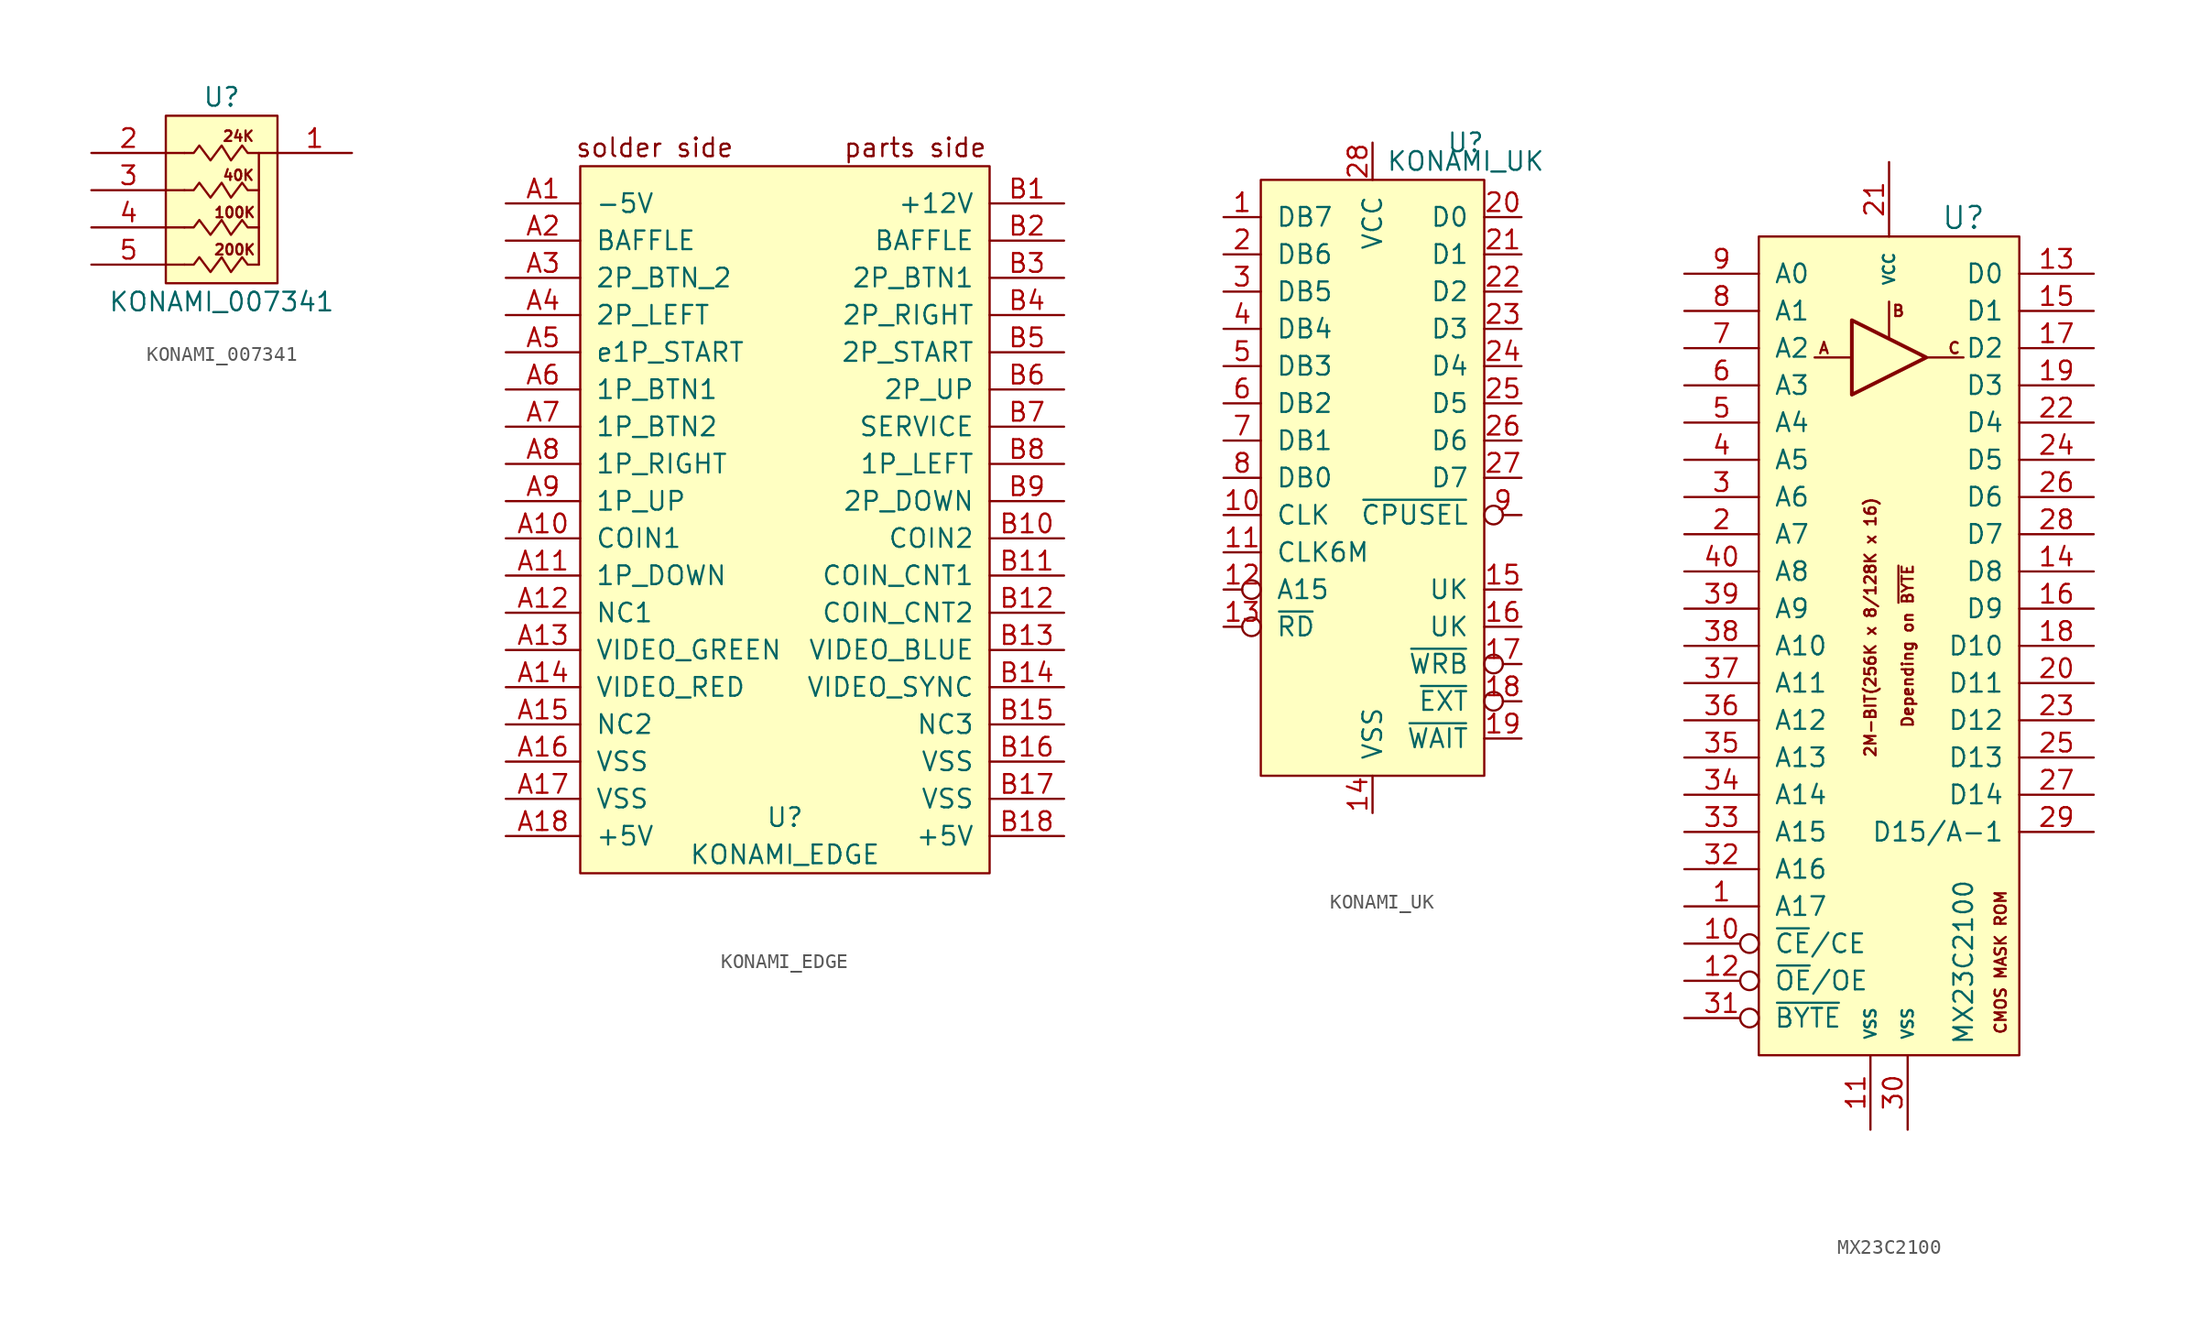
<source format=kicad_sym>
(kicad_symbol_lib
  (version 20211014)
  (generator kicad_symbol_editor)
  (symbol "KONAMI_007341"
    (pin_names
      (offset 1.016))
    (property "Reference" "U"
      (at 0 7.62 0)
      (effects (font (size 1.27 1.27))))
    (property "Value" "KONAMI_007341"
      (at 0 -6.35 0)
      (effects (font (size 1.27 1.27))))
    (symbol "KONAMI_007341_0_0"
      (rectangle (start -3.81 6.35) (end 3.81 -5.08) (stroke (width 0) (type default) (color 0 0 0 0)) (fill (type background)))
      (polyline (pts (xy 2.54 -3.81) (xy 2.54 3.81) (xy 3.81 3.81)) (stroke (width 0) (type default) (color 0 0 0 0)) (fill (type none)))
      (polyline (pts (xy -2.54 3.81) (xy -1.905 3.81) (xy -1.524 4.318) (xy -1.143 3.81) (xy -0.762 3.302) (xy -0.381 3.81) (xy 0 4.318) (xy 0.635 3.302) (xy 1.397 4.318) (xy 1.778 3.81) (xy 2.54 3.81)) (stroke (width 0) (type default) (color 0 0 0 0)) (fill (type none)))
      (text "100K" (at 0.889 -0.254 0) (effects (font (size 0.711 0.711))))
      (text "200K" (at 0.889 -2.794 0) (effects (font (size 0.711 0.711))))
      (text "24K" (at 1.143 4.953 0) (effects (font (size 0.711 0.711))))
      (text "40K" (at 1.143 2.286 0) (effects (font (size 0.711 0.711))))
      (pin passive line (at 8.89 3.81 180) (length 5.08) (name "" (effects (font (size 1.27 1.27)))) (number "1" (effects (font (size 1.27 1.27)))))
      (pin passive line (at -8.89 3.81 0) (length 5.08) (name "" (effects (font (size 1.27 1.27)))) (number "2" (effects (font (size 1.27 1.27)))))
      (pin passive line (at -8.89 1.27 0) (length 5.08) (name "" (effects (font (size 1.27 1.27)))) (number "3" (effects (font (size 1.27 1.27)))))
      (pin passive line (at -8.89 -1.27 0) (length 5.08) (name "" (effects (font (size 1.27 1.27)))) (number "4" (effects (font (size 1.27 1.27)))))
      (pin passive line (at -8.89 -3.81 0) (length 5.08) (name "" (effects (font (size 1.27 1.27)))) (number "5" (effects (font (size 1.27 1.27))))))
    (symbol "KONAMI_007341_0_1"
      (polyline (pts (xy -3.81 -3.81) (xy -2.54 -3.81)) (stroke (width 0.152) (type default) (color 0 0 0 0)) (fill (type none)))
      (polyline (pts (xy -3.81 1.27) (xy -2.54 1.27)) (stroke (width 0.152) (type default) (color 0 0 0 0)) (fill (type none)))
      (polyline (pts (xy -3.81 3.81) (xy -2.54 3.81)) (stroke (width 0.152) (type default) (color 0 0 0 0)) (fill (type none)))
      (polyline (pts (xy -2.54 -1.27) (xy -3.81 -1.27)) (stroke (width 0.152) (type default) (color 0 0 0 0)) (fill (type none))))
    (symbol "KONAMI_007341_1_1"
      (polyline (pts (xy -2.54 -3.81) (xy -1.905 -3.81) (xy -1.524 -3.302) (xy -1.143 -3.81) (xy -0.762 -4.318) (xy -0.381 -3.81) (xy 0 -3.302) (xy 0.635 -4.318) (xy 1.397 -3.302) (xy 1.778 -3.81) (xy 2.54 -3.81)) (stroke (width 0) (type default) (color 0 0 0 0)) (fill (type none)))
      (polyline (pts (xy -2.54 -1.27) (xy -1.905 -1.27) (xy -1.524 -0.762) (xy -1.143 -1.27) (xy -0.762 -1.778) (xy -0.381 -1.27) (xy 0 -0.762) (xy 0.635 -1.778) (xy 1.397 -0.762) (xy 1.778 -1.27) (xy 2.54 -1.27)) (stroke (width 0) (type default) (color 0 0 0 0)) (fill (type none)))
      (polyline (pts (xy -2.54 1.27) (xy -1.905 1.27) (xy -1.524 1.778) (xy -1.143 1.27) (xy -0.762 0.762) (xy -0.381 1.27) (xy 0 1.778) (xy 0.635 0.762) (xy 1.397 1.778) (xy 1.778 1.27) (xy 2.54 1.27)) (stroke (width 0) (type default) (color 0 0 0 0)) (fill (type none)))))
  (symbol "KONAMI_EDGE"
    (pin_names
      (offset 1.016))
    (property "Reference" "U"
      (at 1.27 -21.59 0)
      (effects (font (size 1.27 1.27))))
    (property "Value" "KONAMI_EDGE"
      (at 1.27 -24.13 0)
      (effects (font (size 1.27 1.27))))
    (symbol "KONAMI_EDGE_0_0"
      (text "parts side" (at 10.16 24.13 0) (effects (font (size 1.27 1.27))))
      (text "solder side" (at -7.62 24.13 0) (effects (font (size 1.27 1.27)))))
    (symbol "KONAMI_EDGE_0_1"
      (rectangle (start -12.7 22.86) (end 15.24 -25.4) (stroke (width 0) (type default) (color 0 0 0 0)) (fill (type background))))
    (symbol "KONAMI_EDGE_1_0"
      (pin power_in line (at -17.78 20.32 0) (length 5.08) (name "-5V" (effects (font (size 1.27 1.27)))) (number "A1" (effects (font (size 1.27 1.27)))))
      (pin output line (at -17.78 -2.54 0) (length 5.08) (name "COIN1" (effects (font (size 1.27 1.27)))) (number "A10" (effects (font (size 1.27 1.27)))))
      (pin output line (at -17.78 -5.08 0) (length 5.08) (name "1P_DOWN" (effects (font (size 1.27 1.27)))) (number "A11" (effects (font (size 1.27 1.27)))))
      (pin input line (at -17.78 -7.62 0) (length 5.08) (name "NC1" (effects (font (size 1.27 1.27)))) (number "A12" (effects (font (size 1.27 1.27)))))
      (pin output line (at -17.78 -10.16 0) (length 5.08) (name "VIDEO_GREEN" (effects (font (size 1.27 1.27)))) (number "A13" (effects (font (size 1.27 1.27)))))
      (pin output line (at -17.78 -12.7 0) (length 5.08) (name "VIDEO_RED" (effects (font (size 1.27 1.27)))) (number "A14" (effects (font (size 1.27 1.27)))))
      (pin input line (at -17.78 -15.24 0) (length 5.08) (name "NC2" (effects (font (size 1.27 1.27)))) (number "A15" (effects (font (size 1.27 1.27)))))
      (pin power_in line (at -17.78 -17.78 0) (length 5.08) (name "VSS" (effects (font (size 1.27 1.27)))) (number "A16" (effects (font (size 1.27 1.27)))))
      (pin power_in line (at -17.78 -20.32 0) (length 5.08) (name "VSS" (effects (font (size 1.27 1.27)))) (number "A17" (effects (font (size 1.27 1.27)))))
      (pin power_in line (at -17.78 -22.86 0) (length 5.08) (name "+5V" (effects (font (size 1.27 1.27)))) (number "A18" (effects (font (size 1.27 1.27)))))
      (pin input line (at -17.78 17.78 0) (length 5.08) (name "BAFFLE" (effects (font (size 1.27 1.27)))) (number "A2" (effects (font (size 1.27 1.27)))))
      (pin output line (at -17.78 15.24 0) (length 5.08) (name "2P_BTN_2" (effects (font (size 1.27 1.27)))) (number "A3" (effects (font (size 1.27 1.27)))))
      (pin output line (at -17.78 12.7 0) (length 5.08) (name "2P_LEFT" (effects (font (size 1.27 1.27)))) (number "A4" (effects (font (size 1.27 1.27)))))
      (pin output line (at -17.78 10.16 0) (length 5.08) (name "e1P_START" (effects (font (size 1.27 1.27)))) (number "A5" (effects (font (size 1.27 1.27)))))
      (pin output line (at -17.78 7.62 0) (length 5.08) (name "1P_BTN1" (effects (font (size 1.27 1.27)))) (number "A6" (effects (font (size 1.27 1.27)))))
      (pin output line (at -17.78 5.08 0) (length 5.08) (name "1P_BTN2" (effects (font (size 1.27 1.27)))) (number "A7" (effects (font (size 1.27 1.27)))))
      (pin output line (at -17.78 2.54 0) (length 5.08) (name "1P_RIGHT" (effects (font (size 1.27 1.27)))) (number "A8" (effects (font (size 1.27 1.27)))))
      (pin output line (at -17.78 0 0) (length 5.08) (name "1P_UP" (effects (font (size 1.27 1.27)))) (number "A9" (effects (font (size 1.27 1.27)))))
      (pin power_in line (at 20.32 20.32 180) (length 5.08) (name "+12V" (effects (font (size 1.27 1.27)))) (number "B1" (effects (font (size 1.27 1.27)))))
      (pin output line (at 20.32 -2.54 180) (length 5.08) (name "COIN2" (effects (font (size 1.27 1.27)))) (number "B10" (effects (font (size 1.27 1.27)))))
      (pin output line (at 20.32 -5.08 180) (length 5.08) (name "COIN_CNT1" (effects (font (size 1.27 1.27)))) (number "B11" (effects (font (size 1.27 1.27)))))
      (pin output line (at 20.32 -7.62 180) (length 5.08) (name "COIN_CNT2" (effects (font (size 1.27 1.27)))) (number "B12" (effects (font (size 1.27 1.27)))))
      (pin output line (at 20.32 -10.16 180) (length 5.08) (name "VIDEO_BLUE" (effects (font (size 1.27 1.27)))) (number "B13" (effects (font (size 1.27 1.27)))))
      (pin output line (at 20.32 -12.7 180) (length 5.08) (name "VIDEO_SYNC" (effects (font (size 1.27 1.27)))) (number "B14" (effects (font (size 1.27 1.27)))))
      (pin input line (at 20.32 -15.24 180) (length 5.08) (name "NC3" (effects (font (size 1.27 1.27)))) (number "B15" (effects (font (size 1.27 1.27)))))
      (pin power_in line (at 20.32 -17.78 180) (length 5.08) (name "VSS" (effects (font (size 1.27 1.27)))) (number "B16" (effects (font (size 1.27 1.27)))))
      (pin power_in line (at 20.32 -20.32 180) (length 5.08) (name "VSS" (effects (font (size 1.27 1.27)))) (number "B17" (effects (font (size 1.27 1.27)))))
      (pin power_out line (at 20.32 -22.86 180) (length 5.08) (name "+5V" (effects (font (size 1.27 1.27)))) (number "B18" (effects (font (size 1.27 1.27)))))
      (pin input line (at 20.32 17.78 180) (length 5.08) (name "BAFFLE" (effects (font (size 1.27 1.27)))) (number "B2" (effects (font (size 1.27 1.27)))))
      (pin output line (at 20.32 15.24 180) (length 5.08) (name "2P_BTN1" (effects (font (size 1.27 1.27)))) (number "B3" (effects (font (size 1.27 1.27)))))
      (pin output line (at 20.32 12.7 180) (length 5.08) (name "2P_RIGHT" (effects (font (size 1.27 1.27)))) (number "B4" (effects (font (size 1.27 1.27)))))
      (pin output line (at 20.32 10.16 180) (length 5.08) (name "2P_START" (effects (font (size 1.27 1.27)))) (number "B5" (effects (font (size 1.27 1.27)))))
      (pin output line (at 20.32 7.62 180) (length 5.08) (name "2P_UP" (effects (font (size 1.27 1.27)))) (number "B6" (effects (font (size 1.27 1.27)))))
      (pin output line (at 20.32 5.08 180) (length 5.08) (name "SERVICE" (effects (font (size 1.27 1.27)))) (number "B7" (effects (font (size 1.27 1.27)))))
      (pin output line (at 20.32 2.54 180) (length 5.08) (name "1P_LEFT" (effects (font (size 1.27 1.27)))) (number "B8" (effects (font (size 1.27 1.27)))))
      (pin output line (at 20.32 0 180) (length 5.08) (name "2P_DOWN" (effects (font (size 1.27 1.27)))) (number "B9" (effects (font (size 1.27 1.27)))))))
  (symbol "KONAMI_UK"
    (pin_names
      (offset 1.016))
    (property "Reference" "U"
      (at 6.35 20.32 0)
      (effects (font (size 1.27 1.27))))
    (property "Value" "KONAMI_UK"
      (at 6.35 19.05 0)
      (effects (font (size 1.27 1.27))))
    (symbol "KONAMI_UK_0_1"
      (rectangle (start -7.62 17.78) (end 7.62 -22.86) (stroke (width 0) (type default) (color 0 0 0 0)) (fill (type background))))
    (symbol "KONAMI_UK_1_1"
      (pin bidirectional line (at -10.16 15.24 0) (length 2.54) (name "DB7" (effects (font (size 1.27 1.27)))) (number "1" (effects (font (size 1.27 1.27)))))
      (pin input line (at -10.16 -5.08 0) (length 2.54) (name "CLK" (effects (font (size 1.27 1.27)))) (number "10" (effects (font (size 1.27 1.27)))))
      (pin input line (at -10.16 -7.62 0) (length 2.54) (name "CLK6M" (effects (font (size 1.27 1.27)))) (number "11" (effects (font (size 1.27 1.27)))))
      (pin input inverted (at -10.16 -10.16 0) (length 2.54) (name "A15" (effects (font (size 1.27 1.27)))) (number "12" (effects (font (size 1.27 1.27)))))
      (pin input inverted (at -10.16 -12.7 0) (length 2.54) (name "~{RD}" (effects (font (size 1.27 1.27)))) (number "13" (effects (font (size 1.27 1.27)))))
      (pin power_in line (at 0 -25.4 90) (length 2.54) (name "VSS" (effects (font (size 1.27 1.27)))) (number "14" (effects (font (size 1.27 1.27)))))
      (pin output line (at 10.16 -10.16 180) (length 2.54) (name "UK" (effects (font (size 1.27 1.27)))) (number "15" (effects (font (size 1.27 1.27)))))
      (pin output line (at 10.16 -12.7 180) (length 2.54) (name "UK" (effects (font (size 1.27 1.27)))) (number "16" (effects (font (size 1.27 1.27)))))
      (pin output inverted (at 10.16 -15.24 180) (length 2.54) (name "~{WRB}" (effects (font (size 1.27 1.27)))) (number "17" (effects (font (size 1.27 1.27)))))
      (pin output inverted (at 10.16 -17.78 180) (length 2.54) (name "~{EXT}" (effects (font (size 1.27 1.27)))) (number "18" (effects (font (size 1.27 1.27)))))
      (pin output line (at 10.16 -20.32 180) (length 2.54) (name "~{WAIT}" (effects (font (size 1.27 1.27)))) (number "19" (effects (font (size 1.27 1.27)))))
      (pin bidirectional line (at -10.16 12.7 0) (length 2.54) (name "DB6" (effects (font (size 1.27 1.27)))) (number "2" (effects (font (size 1.27 1.27)))))
      (pin bidirectional line (at 10.16 15.24 180) (length 2.54) (name "D0" (effects (font (size 1.27 1.27)))) (number "20" (effects (font (size 1.27 1.27)))))
      (pin bidirectional line (at 10.16 12.7 180) (length 2.54) (name "D1" (effects (font (size 1.27 1.27)))) (number "21" (effects (font (size 1.27 1.27)))))
      (pin bidirectional line (at 10.16 10.16 180) (length 2.54) (name "D2" (effects (font (size 1.27 1.27)))) (number "22" (effects (font (size 1.27 1.27)))))
      (pin bidirectional line (at 10.16 7.62 180) (length 2.54) (name "D3" (effects (font (size 1.27 1.27)))) (number "23" (effects (font (size 1.27 1.27)))))
      (pin bidirectional line (at 10.16 5.08 180) (length 2.54) (name "D4" (effects (font (size 1.27 1.27)))) (number "24" (effects (font (size 1.27 1.27)))))
      (pin bidirectional line (at 10.16 2.54 180) (length 2.54) (name "D5" (effects (font (size 1.27 1.27)))) (number "25" (effects (font (size 1.27 1.27)))))
      (pin bidirectional line (at 10.16 0 180) (length 2.54) (name "D6" (effects (font (size 1.27 1.27)))) (number "26" (effects (font (size 1.27 1.27)))))
      (pin bidirectional line (at 10.16 -2.54 180) (length 2.54) (name "D7" (effects (font (size 1.27 1.27)))) (number "27" (effects (font (size 1.27 1.27)))))
      (pin power_in line (at 0 20.32 270) (length 2.54) (name "VCC" (effects (font (size 1.27 1.27)))) (number "28" (effects (font (size 1.27 1.27)))))
      (pin bidirectional line (at -10.16 10.16 0) (length 2.54) (name "DB5" (effects (font (size 1.27 1.27)))) (number "3" (effects (font (size 1.27 1.27)))))
      (pin bidirectional line (at -10.16 7.62 0) (length 2.54) (name "DB4" (effects (font (size 1.27 1.27)))) (number "4" (effects (font (size 1.27 1.27)))))
      (pin bidirectional line (at -10.16 5.08 0) (length 2.54) (name "DB3" (effects (font (size 1.27 1.27)))) (number "5" (effects (font (size 1.27 1.27)))))
      (pin bidirectional line (at -10.16 2.54 0) (length 2.54) (name "DB2" (effects (font (size 1.27 1.27)))) (number "6" (effects (font (size 1.27 1.27)))))
      (pin bidirectional line (at -10.16 0 0) (length 2.54) (name "DB1" (effects (font (size 1.27 1.27)))) (number "7" (effects (font (size 1.27 1.27)))))
      (pin bidirectional line (at -10.16 -2.54 0) (length 2.54) (name "DB0" (effects (font (size 1.27 1.27)))) (number "8" (effects (font (size 1.27 1.27)))))
      (pin output inverted (at 10.16 -5.08 180) (length 2.54) (name "~{CPUSEL}" (effects (font (size 1.27 1.27)))) (number "9" (effects (font (size 1.27 1.27)))))))
  (symbol "MX23C2100"
    (pin_names
      (offset 1.016))
    (property "Reference" "U"
      (at 5.08 27.94 0)
      (effects (font (size 1.499 1.499))))
    (property "Value" "MX23C2100"
      (at 5.08 -22.86 90)
      (effects (font (size 1.27 1.27))))
    (symbol "MX23C2100_0_0"
      (rectangle (start -8.89 26.67) (end 8.89 -29.21) (stroke (width 0) (type default) (color 0 0 0 0)) (fill (type background)))
      (polyline (pts (xy -5.08 18.415) (xy -2.54 18.415)) (stroke (width 0.152) (type default) (color 0 0 0 0)) (fill (type none)))
      (polyline (pts (xy 0 19.685) (xy 0 22.225)) (stroke (width 0.152) (type default) (color 0 0 0 0)) (fill (type none)))
      (polyline (pts (xy 2.54 18.415) (xy 5.08 18.415)) (stroke (width 0.152) (type default) (color 0 0 0 0)) (fill (type none)))
      (text "2M-BIT(256K x 8/128K x 16)" (at -1.27 0 900) (effects (font (size 0.762 0.762))))
      (text "A" (at -4.445 19.05 0) (effects (font (size 0.762 0.762))))
      (text "B" (at 0.635 21.59 0) (effects (font (size 0.762 0.762))))
      (text "C" (at 4.445 19.05 0) (effects (font (size 0.762 0.762))))
      (text "CMOS MASK ROM" (at 7.62 -22.86 900) (effects (font (size 0.762 0.762))))
      (text "Depending on ~{BYTE}" (at 1.27 -1.27 900) (effects (font (size 0.762 0.762)))))
    (symbol "MX23C2100_0_1"
      (polyline (pts (xy 2.54 18.415) (xy -2.54 20.955) (xy -2.54 15.875) (xy 2.54 18.415)) (stroke (width 0.254) (type default) (color 0 0 0 0)) (fill (type background))))
    (symbol "MX23C2100_1_1"
      (pin input line (at -13.97 -19.05 0) (length 5.08) (name "A17" (effects (font (size 1.27 1.27)))) (number "1" (effects (font (size 1.27 1.27)))))
      (pin input inverted (at -13.97 -21.59 0) (length 5.08) (name "~{CE}/CE" (effects (font (size 1.27 1.27)))) (number "10" (effects (font (size 1.27 1.27)))))
      (pin power_in line (at -1.27 -34.29 90) (length 5.08) (name "VSS" (effects (font (size 0.762 0.762)))) (number "11" (effects (font (size 1.27 1.27)))))
      (pin input inverted (at -13.97 -24.13 0) (length 5.08) (name "~{OE}/OE" (effects (font (size 1.27 1.27)))) (number "12" (effects (font (size 1.27 1.27)))))
      (pin tri_state line (at 13.97 24.13 180) (length 5.08) (name "D0" (effects (font (size 1.27 1.27)))) (number "13" (effects (font (size 1.27 1.27)))))
      (pin tri_state line (at 13.97 3.81 180) (length 5.08) (name "D8" (effects (font (size 1.27 1.27)))) (number "14" (effects (font (size 1.27 1.27)))))
      (pin tri_state line (at 13.97 21.59 180) (length 5.08) (name "D1" (effects (font (size 1.27 1.27)))) (number "15" (effects (font (size 1.27 1.27)))))
      (pin tri_state line (at 13.97 1.27 180) (length 5.08) (name "D9" (effects (font (size 1.27 1.27)))) (number "16" (effects (font (size 1.27 1.27)))))
      (pin tri_state line (at 13.97 19.05 180) (length 5.08) (name "D2" (effects (font (size 1.27 1.27)))) (number "17" (effects (font (size 1.27 1.27)))))
      (pin tri_state line (at 13.97 -1.27 180) (length 5.08) (name "D10" (effects (font (size 1.27 1.27)))) (number "18" (effects (font (size 1.27 1.27)))))
      (pin tri_state line (at 13.97 16.51 180) (length 5.08) (name "D3" (effects (font (size 1.27 1.27)))) (number "19" (effects (font (size 1.27 1.27)))))
      (pin input line (at -13.97 6.35 0) (length 5.08) (name "A7" (effects (font (size 1.27 1.27)))) (number "2" (effects (font (size 1.27 1.27)))))
      (pin tri_state line (at 13.97 -3.81 180) (length 5.08) (name "D11" (effects (font (size 1.27 1.27)))) (number "20" (effects (font (size 1.27 1.27)))))
      (pin power_in line (at 0 31.75 270) (length 5.08) (name "VCC" (effects (font (size 0.762 0.762)))) (number "21" (effects (font (size 1.27 1.27)))))
      (pin tri_state line (at 13.97 13.97 180) (length 5.08) (name "D4" (effects (font (size 1.27 1.27)))) (number "22" (effects (font (size 1.27 1.27)))))
      (pin tri_state line (at 13.97 -6.35 180) (length 5.08) (name "D12" (effects (font (size 1.27 1.27)))) (number "23" (effects (font (size 1.27 1.27)))))
      (pin tri_state line (at 13.97 11.43 180) (length 5.08) (name "D5" (effects (font (size 1.27 1.27)))) (number "24" (effects (font (size 1.27 1.27)))))
      (pin tri_state line (at 13.97 -8.89 180) (length 5.08) (name "D13" (effects (font (size 1.27 1.27)))) (number "25" (effects (font (size 1.27 1.27)))))
      (pin tri_state line (at 13.97 8.89 180) (length 5.08) (name "D6" (effects (font (size 1.27 1.27)))) (number "26" (effects (font (size 1.27 1.27)))))
      (pin tri_state line (at 13.97 -11.43 180) (length 5.08) (name "D14" (effects (font (size 1.27 1.27)))) (number "27" (effects (font (size 1.27 1.27)))))
      (pin tri_state line (at 13.97 6.35 180) (length 5.08) (name "D7" (effects (font (size 1.27 1.27)))) (number "28" (effects (font (size 1.27 1.27)))))
      (pin tri_state line (at 13.97 -13.97 180) (length 5.08) (name "D15/A-1" (effects (font (size 1.27 1.27)))) (number "29" (effects (font (size 1.27 1.27)))))
      (pin input line (at -13.97 8.89 0) (length 5.08) (name "A6" (effects (font (size 1.27 1.27)))) (number "3" (effects (font (size 1.27 1.27)))))
      (pin power_in line (at 1.27 -34.29 90) (length 5.08) (name "VSS" (effects (font (size 0.762 0.762)))) (number "30" (effects (font (size 1.27 1.27)))))
      (pin input inverted (at -13.97 -26.67 0) (length 5.08) (name "~{BYTE}" (effects (font (size 1.27 1.27)))) (number "31" (effects (font (size 1.27 1.27)))))
      (pin input line (at -13.97 -16.51 0) (length 5.08) (name "A16" (effects (font (size 1.27 1.27)))) (number "32" (effects (font (size 1.27 1.27)))))
      (pin input line (at -13.97 -13.97 0) (length 5.08) (name "A15" (effects (font (size 1.27 1.27)))) (number "33" (effects (font (size 1.27 1.27)))))
      (pin input line (at -13.97 -11.43 0) (length 5.08) (name "A14" (effects (font (size 1.27 1.27)))) (number "34" (effects (font (size 1.27 1.27)))))
      (pin input line (at -13.97 -8.89 0) (length 5.08) (name "A13" (effects (font (size 1.27 1.27)))) (number "35" (effects (font (size 1.27 1.27)))))
      (pin input line (at -13.97 -6.35 0) (length 5.08) (name "A12" (effects (font (size 1.27 1.27)))) (number "36" (effects (font (size 1.27 1.27)))))
      (pin input line (at -13.97 -3.81 0) (length 5.08) (name "A11" (effects (font (size 1.27 1.27)))) (number "37" (effects (font (size 1.27 1.27)))))
      (pin input line (at -13.97 -1.27 0) (length 5.08) (name "A10" (effects (font (size 1.27 1.27)))) (number "38" (effects (font (size 1.27 1.27)))))
      (pin input line (at -13.97 1.27 0) (length 5.08) (name "A9" (effects (font (size 1.27 1.27)))) (number "39" (effects (font (size 1.27 1.27)))))
      (pin input line (at -13.97 11.43 0) (length 5.08) (name "A5" (effects (font (size 1.27 1.27)))) (number "4" (effects (font (size 1.27 1.27)))))
      (pin input line (at -13.97 3.81 0) (length 5.08) (name "A8" (effects (font (size 1.27 1.27)))) (number "40" (effects (font (size 1.27 1.27)))))
      (pin input line (at -13.97 13.97 0) (length 5.08) (name "A4" (effects (font (size 1.27 1.27)))) (number "5" (effects (font (size 1.27 1.27)))))
      (pin input line (at -13.97 16.51 0) (length 5.08) (name "A3" (effects (font (size 1.27 1.27)))) (number "6" (effects (font (size 1.27 1.27)))))
      (pin input line (at -13.97 19.05 0) (length 5.08) (name "A2" (effects (font (size 1.27 1.27)))) (number "7" (effects (font (size 1.27 1.27)))))
      (pin input line (at -13.97 21.59 0) (length 5.08) (name "A1" (effects (font (size 1.27 1.27)))) (number "8" (effects (font (size 1.27 1.27)))))
      (pin input line (at -13.97 24.13 0) (length 5.08) (name "A0" (effects (font (size 1.27 1.27)))) (number "9" (effects (font (size 1.27 1.27))))))))
</source>
